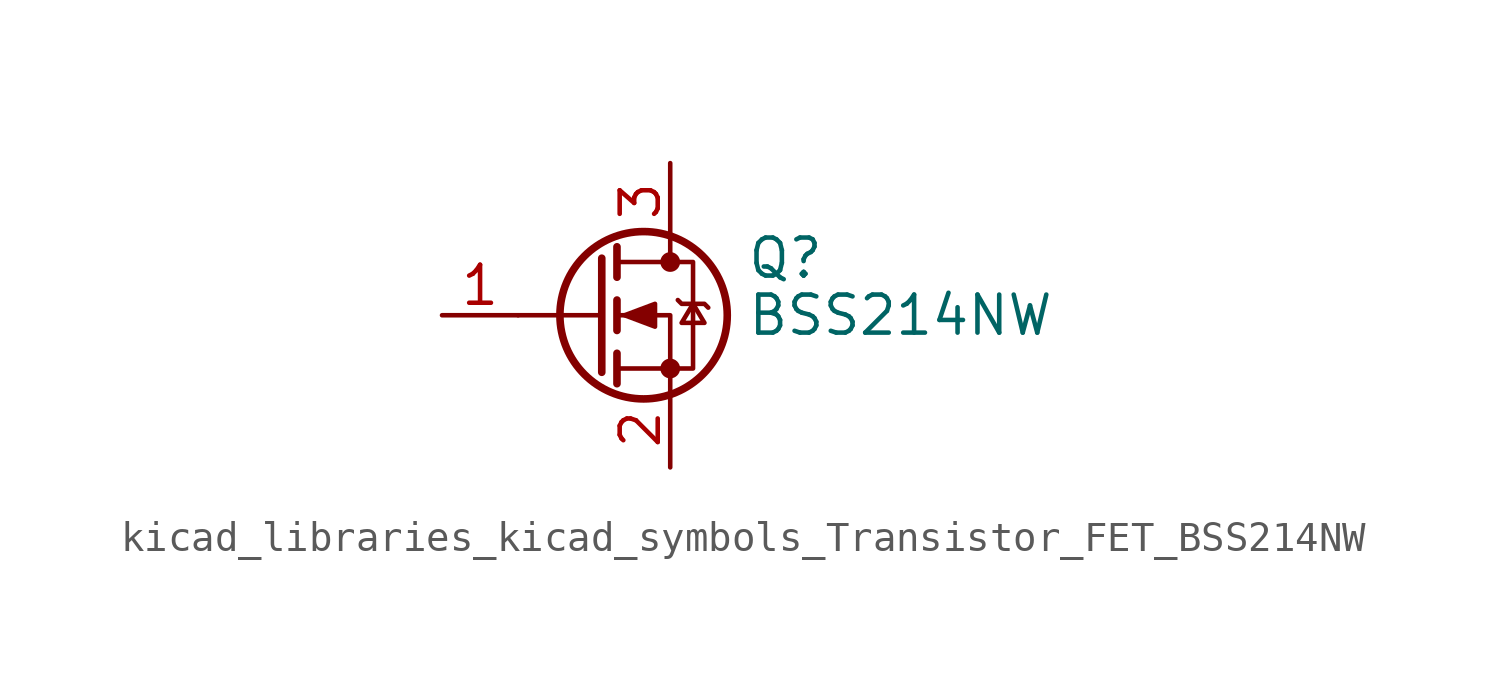
<source format=kicad_sym>
(kicad_symbol_lib
  (version 20220914)
  (generator kicad_symbol_editor)
  (symbol "kicad_libraries_kicad_symbols_Transistor_FET_BSS214NW"
    (pin_names hide)
    (property "Reference" "Q"
      (at 5.08 1.905 0)
      (effects (font (size 1.27 1.27)) (justify left)))
    (property "Value" "BSS214NW"
      (at 5.08 0 0)
      (effects (font (size 1.27 1.27)) (justify left)))
    (symbol "kicad_libraries_kicad_symbols_Transistor_FET_BSS214NW_0_1"
      (polyline (pts (xy 0.254 0) (xy -2.54 0)) (stroke (width 0) (type default)) (fill (type none)))
      (polyline (pts (xy 0.254 1.905) (xy 0.254 -1.905)) (stroke (width 0.254) (type default)) (fill (type none)))
      (polyline (pts (xy 0.762 -1.27) (xy 0.762 -2.286)) (stroke (width 0.254) (type default)) (fill (type none)))
      (polyline (pts (xy 0.762 0.508) (xy 0.762 -0.508)) (stroke (width 0.254) (type default)) (fill (type none)))
      (polyline (pts (xy 0.762 2.286) (xy 0.762 1.27)) (stroke (width 0.254) (type default)) (fill (type none)))
      (polyline (pts (xy 2.54 2.54) (xy 2.54 1.778)) (stroke (width 0) (type default)) (fill (type none)))
      (polyline (pts (xy 2.54 -2.54) (xy 2.54 0) (xy 0.762 0)) (stroke (width 0) (type default)) (fill (type none)))
      (polyline (pts (xy 0.762 -1.778) (xy 3.302 -1.778) (xy 3.302 1.778) (xy 0.762 1.778)) (stroke (width 0) (type default)) (fill (type none)))
      (polyline (pts (xy 1.016 0) (xy 2.032 0.381) (xy 2.032 -0.381) (xy 1.016 0)) (stroke (width 0) (type default)) (fill (type outline)))
      (polyline (pts (xy 2.794 0.508) (xy 2.921 0.381) (xy 3.683 0.381) (xy 3.81 0.254)) (stroke (width 0) (type default)) (fill (type none)))
      (polyline (pts (xy 3.302 0.381) (xy 2.921 -0.254) (xy 3.683 -0.254) (xy 3.302 0.381)) (stroke (width 0) (type default)) (fill (type none)))
      (circle (center 1.651 0) (radius 2.794) (stroke (width 0.254) (type default)) (fill (type none)))
      (circle (center 2.54 -1.778) (radius 0.254) (stroke (width 0) (type default)) (fill (type outline)))
      (circle (center 2.54 1.778) (radius 0.254) (stroke (width 0) (type default)) (fill (type outline))))
    (symbol "kicad_libraries_kicad_symbols_Transistor_FET_BSS214NW_1_1"
      (pin input line (at -5.08 0 0) (length 2.54) (name "G" (effects (font (size 1.27 1.27)))) (number "1" (effects (font (size 1.27 1.27)))))
      (pin passive line (at 2.54 -5.08 90) (length 2.54) (name "S" (effects (font (size 1.27 1.27)))) (number "2" (effects (font (size 1.27 1.27)))))
      (pin passive line (at 2.54 5.08 270) (length 2.54) (name "D" (effects (font (size 1.27 1.27)))) (number "3" (effects (font (size 1.27 1.27))))))))
</source>
